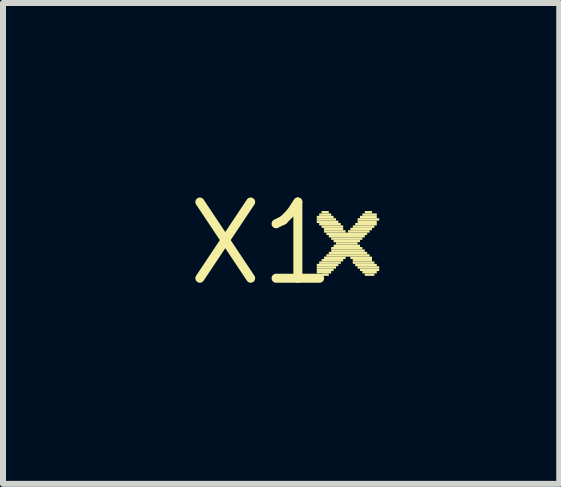
<source format=kicad_pcb>
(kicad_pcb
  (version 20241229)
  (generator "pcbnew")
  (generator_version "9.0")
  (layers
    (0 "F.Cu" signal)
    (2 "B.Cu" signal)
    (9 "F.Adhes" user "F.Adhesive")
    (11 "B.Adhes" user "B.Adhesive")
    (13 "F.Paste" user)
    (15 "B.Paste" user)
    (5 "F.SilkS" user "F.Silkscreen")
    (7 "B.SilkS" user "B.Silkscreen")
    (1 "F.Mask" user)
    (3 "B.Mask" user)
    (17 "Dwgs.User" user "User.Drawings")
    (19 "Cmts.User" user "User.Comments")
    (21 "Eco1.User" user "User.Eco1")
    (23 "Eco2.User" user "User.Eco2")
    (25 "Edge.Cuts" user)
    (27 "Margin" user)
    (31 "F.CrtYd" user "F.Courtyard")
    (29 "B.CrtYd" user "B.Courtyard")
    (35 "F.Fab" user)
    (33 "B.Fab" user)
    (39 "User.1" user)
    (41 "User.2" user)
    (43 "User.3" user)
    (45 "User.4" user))
  (footprint "X1"
    (layer "F.Cu")
    (at 1.308 1.006)
    (property "Reference" "X1" (at 0 0 0) (layer "F.SilkS") (effects (font (size 1.27 1.27) (thickness 0.15))))
    (fp_poly (pts (xy 0.92 -0.42) (xy 1.2 -0.42) (xy 1.2 -0.46) (xy 0.92 -0.46)) (stroke (width 0) (type default)) (fill yes) (layer "F.SilkS"))
    (fp_poly (pts (xy 0.92 -0.38) (xy 1.24 -0.38) (xy 1.24 -0.42) (xy 0.92 -0.42)) (stroke (width 0) (type default)) (fill yes) (layer "F.SilkS"))
    (fp_poly (pts (xy 0.92 -0.34) (xy 1.28 -0.34) (xy 1.28 -0.38) (xy 0.92 -0.38)) (stroke (width 0) (type default)) (fill yes) (layer "F.SilkS"))
    (fp_poly (pts (xy 0.92 0.38) (xy 1.28 0.38) (xy 1.28 0.34) (xy 0.92 0.34)) (stroke (width 0) (type default)) (fill yes) (layer "F.SilkS"))
    (fp_poly (pts (xy 0.92 0.42) (xy 1.24 0.42) (xy 1.24 0.38) (xy 0.92 0.38)) (stroke (width 0) (type default)) (fill yes) (layer "F.SilkS"))
    (fp_poly (pts (xy 0.92 0.46) (xy 1.2 0.46) (xy 1.2 0.42) (xy 0.92 0.42)) (stroke (width 0) (type default)) (fill yes) (layer "F.SilkS"))
    (fp_poly (pts (xy 0.92 0.5) (xy 1.16 0.5) (xy 1.16 0.46) (xy 0.92 0.46)) (stroke (width 0) (type default)) (fill yes) (layer "F.SilkS"))
    (fp_poly (pts (xy 0.96 -0.46) (xy 1.16 -0.46) (xy 1.16 -0.5) (xy 0.96 -0.5)) (stroke (width 0) (type default)) (fill yes) (layer "F.SilkS"))
    (fp_poly (pts (xy 0.96 -0.3) (xy 1.32 -0.3) (xy 1.32 -0.34) (xy 0.96 -0.34)) (stroke (width 0) (type default)) (fill yes) (layer "F.SilkS"))
    (fp_poly (pts (xy 0.96 0.34) (xy 1.32 0.34) (xy 1.32 0.3) (xy 0.96 0.3)) (stroke (width 0) (type default)) (fill yes) (layer "F.SilkS"))
    (fp_poly (pts (xy 1 -0.5) (xy 1.12 -0.5) (xy 1.12 -0.54) (xy 1 -0.54)) (stroke (width 0) (type default)) (fill yes) (layer "F.SilkS"))
    (fp_poly (pts (xy 1 -0.26) (xy 1.36 -0.26) (xy 1.36 -0.3) (xy 1 -0.3)) (stroke (width 0) (type default)) (fill yes) (layer "F.SilkS"))
    (fp_poly (pts (xy 1 0.3) (xy 1.36 0.3) (xy 1.36 0.26) (xy 1 0.26)) (stroke (width 0) (type default)) (fill yes) (layer "F.SilkS"))
    (fp_poly (pts (xy 1 0.54) (xy 1.12 0.54) (xy 1.12 0.5) (xy 1 0.5)) (stroke (width 0) (type default)) (fill yes) (layer "F.SilkS"))
    (fp_poly (pts (xy 1.04 -0.22) (xy 1.36 -0.22) (xy 1.36 -0.26) (xy 1.04 -0.26)) (stroke (width 0) (type default)) (fill yes) (layer "F.SilkS"))
    (fp_poly (pts (xy 1.04 -0.18) (xy 1.4 -0.18) (xy 1.4 -0.22) (xy 1.04 -0.22)) (stroke (width 0) (type default)) (fill yes) (layer "F.SilkS"))
    (fp_poly (pts (xy 1.04 0.26) (xy 1.4 0.26) (xy 1.4 0.22) (xy 1.04 0.22)) (stroke (width 0) (type default)) (fill yes) (layer "F.SilkS"))
    (fp_poly (pts (xy 1.08 -0.14) (xy 1.76 -0.14) (xy 1.76 -0.18) (xy 1.08 -0.18)) (stroke (width 0) (type default)) (fill yes) (layer "F.SilkS"))
    (fp_poly (pts (xy 1.08 0.22) (xy 1.8 0.22) (xy 1.8 0.18) (xy 1.08 0.18)) (stroke (width 0) (type default)) (fill yes) (layer "F.SilkS"))
    (fp_poly (pts (xy 1.12 -0.1) (xy 1.72 -0.1) (xy 1.72 -0.14) (xy 1.12 -0.14)) (stroke (width 0) (type default)) (fill yes) (layer "F.SilkS"))
    (fp_poly (pts (xy 1.12 0.18) (xy 1.76 0.18) (xy 1.76 0.14) (xy 1.12 0.14)) (stroke (width 0) (type default)) (fill yes) (layer "F.SilkS"))
    (fp_poly (pts (xy 1.16 -0.06) (xy 1.68 -0.06) (xy 1.68 -0.1) (xy 1.16 -0.1)) (stroke (width 0) (type default)) (fill yes) (layer "F.SilkS"))
    (fp_poly (pts (xy 1.16 0.1) (xy 1.68 0.1) (xy 1.68 0.06) (xy 1.16 0.06)) (stroke (width 0) (type default)) (fill yes) (layer "F.SilkS"))
    (fp_poly (pts (xy 1.16 0.14) (xy 1.72 0.14) (xy 1.72 0.1) (xy 1.16 0.1)) (stroke (width 0) (type default)) (fill yes) (layer "F.SilkS"))
    (fp_poly (pts (xy 1.2 -0.02) (xy 1.64 -0.02) (xy 1.64 -0.06) (xy 1.2 -0.06)) (stroke (width 0) (type default)) (fill yes) (layer "F.SilkS"))
    (fp_poly (pts (xy 1.2 0.06) (xy 1.64 0.06) (xy 1.64 0.02) (xy 1.2 0.02)) (stroke (width 0) (type default)) (fill yes) (layer "F.SilkS"))
    (fp_poly (pts (xy 1.24 0.02) (xy 1.6 0.02) (xy 1.6 -0.02) (xy 1.24 -0.02)) (stroke (width 0) (type default)) (fill yes) (layer "F.SilkS"))
    (fp_poly (pts (xy 1.44 -0.18) (xy 1.8 -0.18) (xy 1.8 -0.22) (xy 1.44 -0.22)) (stroke (width 0) (type default)) (fill yes) (layer "F.SilkS"))
    (fp_poly (pts (xy 1.48 -0.22) (xy 1.84 -0.22) (xy 1.84 -0.26) (xy 1.48 -0.26)) (stroke (width 0) (type default)) (fill yes) (layer "F.SilkS"))
    (fp_poly (pts (xy 1.48 0.26) (xy 1.84 0.26) (xy 1.84 0.22) (xy 1.48 0.22)) (stroke (width 0) (type default)) (fill yes) (layer "F.SilkS"))
    (fp_poly (pts (xy 1.52 -0.26) (xy 1.88 -0.26) (xy 1.88 -0.3) (xy 1.52 -0.3)) (stroke (width 0) (type default)) (fill yes) (layer "F.SilkS"))
    (fp_poly (pts (xy 1.52 0.3) (xy 1.84 0.3) (xy 1.84 0.26) (xy 1.52 0.26)) (stroke (width 0) (type default)) (fill yes) (layer "F.SilkS"))
    (fp_poly (pts (xy 1.52 0.34) (xy 1.88 0.34) (xy 1.88 0.3) (xy 1.52 0.3)) (stroke (width 0) (type default)) (fill yes) (layer "F.SilkS"))
    (fp_poly (pts (xy 1.56 -0.3) (xy 1.92 -0.3) (xy 1.92 -0.34) (xy 1.56 -0.34)) (stroke (width 0) (type default)) (fill yes) (layer "F.SilkS"))
    (fp_poly (pts (xy 1.56 0.38) (xy 1.92 0.38) (xy 1.92 0.34) (xy 1.56 0.34)) (stroke (width 0) (type default)) (fill yes) (layer "F.SilkS"))
    (fp_poly (pts (xy 1.6 -0.38) (xy 1.96 -0.38) (xy 1.96 -0.42) (xy 1.6 -0.42)) (stroke (width 0) (type default)) (fill yes) (layer "F.SilkS"))
    (fp_poly (pts (xy 1.6 -0.34) (xy 1.92 -0.34) (xy 1.92 -0.38) (xy 1.6 -0.38)) (stroke (width 0) (type default)) (fill yes) (layer "F.SilkS"))
    (fp_poly (pts (xy 1.6 0.42) (xy 1.96 0.42) (xy 1.96 0.38) (xy 1.6 0.38)) (stroke (width 0) (type default)) (fill yes) (layer "F.SilkS"))
    (fp_poly (pts (xy 1.64 -0.42) (xy 1.92 -0.42) (xy 1.92 -0.46) (xy 1.64 -0.46)) (stroke (width 0) (type default)) (fill yes) (layer "F.SilkS"))
    (fp_poly (pts (xy 1.64 0.46) (xy 1.96 0.46) (xy 1.96 0.42) (xy 1.64 0.42)) (stroke (width 0) (type default)) (fill yes) (layer "F.SilkS"))
    (fp_poly (pts (xy 1.68 -0.46) (xy 1.92 -0.46) (xy 1.92 -0.5) (xy 1.68 -0.5)) (stroke (width 0) (type default)) (fill yes) (layer "F.SilkS"))
    (fp_poly (pts (xy 1.68 0.5) (xy 1.92 0.5) (xy 1.92 0.46) (xy 1.68 0.46)) (stroke (width 0) (type default)) (fill yes) (layer "F.SilkS"))
    (fp_poly (pts (xy 1.72 -0.5) (xy 1.84 -0.5) (xy 1.84 -0.54) (xy 1.72 -0.54)) (stroke (width 0) (type default)) (fill yes) (layer "F.SilkS"))
    (fp_poly (pts (xy 1.72 0.54) (xy 1.88 0.54) (xy 1.88 0.5) (xy 1.72 0.5)) (stroke (width 0) (type default)) (fill yes) (layer "F.SilkS")))
  (gr_rect
    (start -3 -3)
    (end 6.268 5.012)
    (stroke (width 0.1) (type default))
    (fill no)
    (layer "Edge.Cuts")))
</source>
